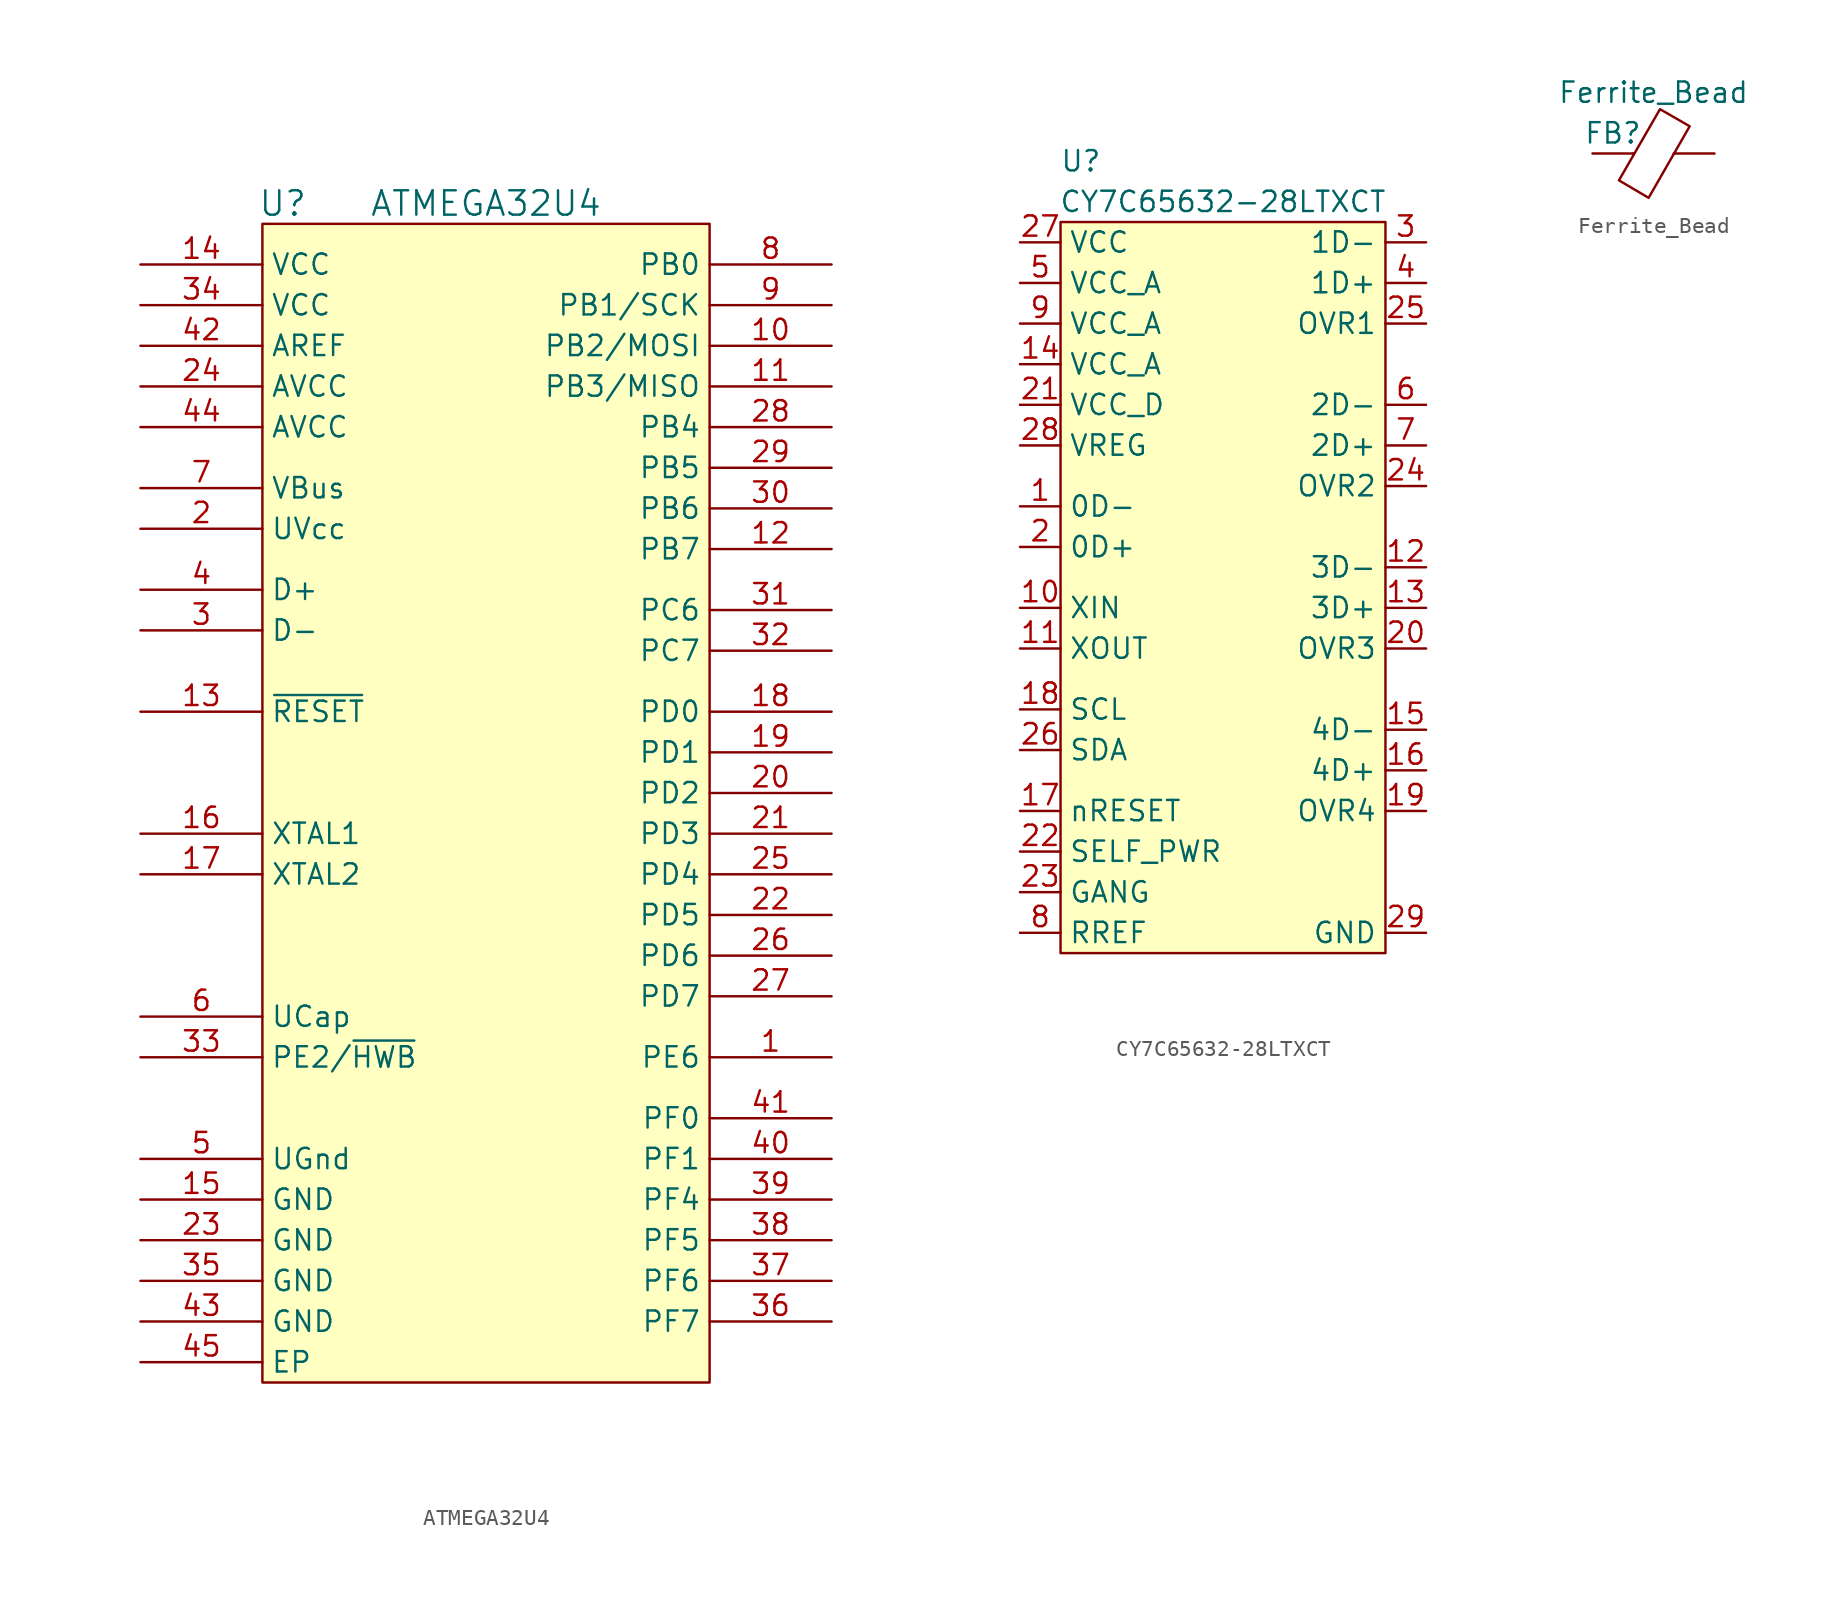
<source format=kicad_sym>
(kicad_symbol_lib
  (version 20201005)
  (generator kicad_symbol_editor)
  (symbol "0xcb:ATMEGA32U4"
    (property "Reference" "U"
      (at -17.78 30.48 0)
      (effects (font (size 1.524 1.524))))
    (property "Value" "ATMEGA32U4"
      (at -5.08 30.48 0)
      (effects (font (size 1.524 1.524))))
    (property "Footprint" ""
      (at 0 0 0)
      (effects (font (size 1.524 1.524))))
    (property "Datasheet" ""
      (at 0 0 0)
      (effects (font (size 1.524 1.524))))
    (symbol "ATMEGA32U4_0_1"
      (rectangle (start 8.89 29.21) (end -19.05 -43.18) (stroke (width 0)) (fill (type background))))
    (symbol "ATMEGA32U4_1_1"
      (pin bidirectional line (at 16.51 -22.86 180) (length 7.62) (name "PE6" (effects (font (size 1.27 1.27)))) (number "1" (effects (font (size 1.27 1.27)))))
      (pin bidirectional line (at 16.51 21.59 180) (length 7.62) (name "PB2/MOSI" (effects (font (size 1.27 1.27)))) (number "10" (effects (font (size 1.27 1.27)))))
      (pin bidirectional line (at 16.51 19.05 180) (length 7.62) (name "PB3/MISO" (effects (font (size 1.27 1.27)))) (number "11" (effects (font (size 1.27 1.27)))))
      (pin bidirectional line (at 16.51 8.89 180) (length 7.62) (name "PB7" (effects (font (size 1.27 1.27)))) (number "12" (effects (font (size 1.27 1.27)))))
      (pin input line (at -26.67 -1.27 0) (length 7.62) (name "~RESET" (effects (font (size 1.27 1.27)))) (number "13" (effects (font (size 1.27 1.27)))))
      (pin power_in line (at -26.67 26.67 0) (length 7.62) (name "VCC" (effects (font (size 1.27 1.27)))) (number "14" (effects (font (size 1.27 1.27)))))
      (pin power_in line (at -26.67 -31.75 0) (length 7.62) (name "GND" (effects (font (size 1.27 1.27)))) (number "15" (effects (font (size 1.27 1.27)))))
      (pin input line (at -26.67 -8.89 0) (length 7.62) (name "XTAL1" (effects (font (size 1.27 1.27)))) (number "16" (effects (font (size 1.27 1.27)))))
      (pin output line (at -26.67 -11.43 0) (length 7.62) (name "XTAL2" (effects (font (size 1.27 1.27)))) (number "17" (effects (font (size 1.27 1.27)))))
      (pin bidirectional line (at 16.51 -1.27 180) (length 7.62) (name "PD0" (effects (font (size 1.27 1.27)))) (number "18" (effects (font (size 1.27 1.27)))))
      (pin bidirectional line (at 16.51 -3.81 180) (length 7.62) (name "PD1" (effects (font (size 1.27 1.27)))) (number "19" (effects (font (size 1.27 1.27)))))
      (pin power_in line (at -26.67 10.16 0) (length 7.62) (name "UVcc" (effects (font (size 1.27 1.27)))) (number "2" (effects (font (size 1.27 1.27)))))
      (pin bidirectional line (at 16.51 -6.35 180) (length 7.62) (name "PD2" (effects (font (size 1.27 1.27)))) (number "20" (effects (font (size 1.27 1.27)))))
      (pin bidirectional line (at 16.51 -8.89 180) (length 7.62) (name "PD3" (effects (font (size 1.27 1.27)))) (number "21" (effects (font (size 1.27 1.27)))))
      (pin bidirectional line (at 16.51 -13.97 180) (length 7.62) (name "PD5" (effects (font (size 1.27 1.27)))) (number "22" (effects (font (size 1.27 1.27)))))
      (pin power_in line (at -26.67 -34.29 0) (length 7.62) (name "GND" (effects (font (size 1.27 1.27)))) (number "23" (effects (font (size 1.27 1.27)))))
      (pin power_in line (at -26.67 19.05 0) (length 7.62) (name "AVCC" (effects (font (size 1.27 1.27)))) (number "24" (effects (font (size 1.27 1.27)))))
      (pin bidirectional line (at 16.51 -11.43 180) (length 7.62) (name "PD4" (effects (font (size 1.27 1.27)))) (number "25" (effects (font (size 1.27 1.27)))))
      (pin bidirectional line (at 16.51 -16.51 180) (length 7.62) (name "PD6" (effects (font (size 1.27 1.27)))) (number "26" (effects (font (size 1.27 1.27)))))
      (pin bidirectional line (at 16.51 -19.05 180) (length 7.62) (name "PD7" (effects (font (size 1.27 1.27)))) (number "27" (effects (font (size 1.27 1.27)))))
      (pin bidirectional line (at 16.51 16.51 180) (length 7.62) (name "PB4" (effects (font (size 1.27 1.27)))) (number "28" (effects (font (size 1.27 1.27)))))
      (pin bidirectional line (at 16.51 13.97 180) (length 7.62) (name "PB5" (effects (font (size 1.27 1.27)))) (number "29" (effects (font (size 1.27 1.27)))))
      (pin bidirectional line (at -26.67 3.81 0) (length 7.62) (name "D-" (effects (font (size 1.27 1.27)))) (number "3" (effects (font (size 1.27 1.27)))))
      (pin bidirectional line (at 16.51 11.43 180) (length 7.62) (name "PB6" (effects (font (size 1.27 1.27)))) (number "30" (effects (font (size 1.27 1.27)))))
      (pin bidirectional line (at 16.51 5.08 180) (length 7.62) (name "PC6" (effects (font (size 1.27 1.27)))) (number "31" (effects (font (size 1.27 1.27)))))
      (pin bidirectional line (at 16.51 2.54 180) (length 7.62) (name "PC7" (effects (font (size 1.27 1.27)))) (number "32" (effects (font (size 1.27 1.27)))))
      (pin bidirectional line (at -26.67 -22.86 0) (length 7.62) (name "PE2/~HWB" (effects (font (size 1.27 1.27)))) (number "33" (effects (font (size 1.27 1.27)))))
      (pin power_in line (at -26.67 24.13 0) (length 7.62) (name "VCC" (effects (font (size 1.27 1.27)))) (number "34" (effects (font (size 1.27 1.27)))))
      (pin power_in line (at -26.67 -36.83 0) (length 7.62) (name "GND" (effects (font (size 1.27 1.27)))) (number "35" (effects (font (size 1.27 1.27)))))
      (pin bidirectional line (at 16.51 -39.37 180) (length 7.62) (name "PF7" (effects (font (size 1.27 1.27)))) (number "36" (effects (font (size 1.27 1.27)))))
      (pin bidirectional line (at 16.51 -36.83 180) (length 7.62) (name "PF6" (effects (font (size 1.27 1.27)))) (number "37" (effects (font (size 1.27 1.27)))))
      (pin bidirectional line (at 16.51 -34.29 180) (length 7.62) (name "PF5" (effects (font (size 1.27 1.27)))) (number "38" (effects (font (size 1.27 1.27)))))
      (pin bidirectional line (at 16.51 -31.75 180) (length 7.62) (name "PF4" (effects (font (size 1.27 1.27)))) (number "39" (effects (font (size 1.27 1.27)))))
      (pin bidirectional line (at -26.67 6.35 0) (length 7.62) (name "D+" (effects (font (size 1.27 1.27)))) (number "4" (effects (font (size 1.27 1.27)))))
      (pin bidirectional line (at 16.51 -29.21 180) (length 7.62) (name "PF1" (effects (font (size 1.27 1.27)))) (number "40" (effects (font (size 1.27 1.27)))))
      (pin bidirectional line (at 16.51 -26.67 180) (length 7.62) (name "PF0" (effects (font (size 1.27 1.27)))) (number "41" (effects (font (size 1.27 1.27)))))
      (pin input line (at -26.67 21.59 0) (length 7.62) (name "AREF" (effects (font (size 1.27 1.27)))) (number "42" (effects (font (size 1.27 1.27)))))
      (pin power_in line (at -26.67 -39.37 0) (length 7.62) (name "GND" (effects (font (size 1.27 1.27)))) (number "43" (effects (font (size 1.27 1.27)))))
      (pin power_in line (at -26.67 16.51 0) (length 7.62) (name "AVCC" (effects (font (size 1.27 1.27)))) (number "44" (effects (font (size 1.27 1.27)))))
      (pin power_in line (at -26.67 -41.91 0) (length 7.62) (name "EP" (effects (font (size 1.27 1.27)))) (number "45" (effects (font (size 1.27 1.27)))))
      (pin power_in line (at -26.67 -29.21 0) (length 7.62) (name "UGnd" (effects (font (size 1.27 1.27)))) (number "5" (effects (font (size 1.27 1.27)))))
      (pin input line (at -26.67 -20.32 0) (length 7.62) (name "UCap" (effects (font (size 1.27 1.27)))) (number "6" (effects (font (size 1.27 1.27)))))
      (pin input line (at -26.67 12.7 0) (length 7.62) (name "VBus" (effects (font (size 1.27 1.27)))) (number "7" (effects (font (size 1.27 1.27)))))
      (pin bidirectional line (at 16.51 26.67 180) (length 7.62) (name "PB0" (effects (font (size 1.27 1.27)))) (number "8" (effects (font (size 1.27 1.27)))))
      (pin bidirectional line (at 16.51 24.13 180) (length 7.62) (name "PB1/SCK" (effects (font (size 1.27 1.27)))) (number "9" (effects (font (size 1.27 1.27)))))))
  (symbol "0xcb:CY7C65632-28LTXCT"
    (property "Reference" "U"
      (at 1.27 1.27 0)
      (effects (font (size 1.27 1.27))))
    (property "Value" "CY7C65632-28LTXCT"
      (at 10.16 -1.27 0)
      (effects (font (size 1.27 1.27))))
    (symbol "CY7C65632-28LTXCT_0_1"
      (rectangle (start 0 -2.54) (end 20.32 -48.26) (stroke (width 0)) (fill (type background))))
    (symbol "CY7C65632-28LTXCT_1_1"
      (pin bidirectional line (at -2.54 -20.32 0) (length 2.54) (name "0D-" (effects (font (size 1.27 1.27)))) (number "1" (effects (font (size 1.27 1.27)))))
      (pin bidirectional line (at -2.54 -26.67 0) (length 2.54) (name "XIN" (effects (font (size 1.27 1.27)))) (number "10" (effects (font (size 1.27 1.27)))))
      (pin bidirectional line (at -2.54 -29.21 0) (length 2.54) (name "XOUT" (effects (font (size 1.27 1.27)))) (number "11" (effects (font (size 1.27 1.27)))))
      (pin bidirectional line (at 22.86 -24.13 180) (length 2.54) (name "3D-" (effects (font (size 1.27 1.27)))) (number "12" (effects (font (size 1.27 1.27)))))
      (pin bidirectional line (at 22.86 -26.67 180) (length 2.54) (name "3D+" (effects (font (size 1.27 1.27)))) (number "13" (effects (font (size 1.27 1.27)))))
      (pin power_in line (at -2.54 -11.43 0) (length 2.54) (name "VCC_A" (effects (font (size 1.27 1.27)))) (number "14" (effects (font (size 1.27 1.27)))))
      (pin bidirectional line (at 22.86 -34.29 180) (length 2.54) (name "4D-" (effects (font (size 1.27 1.27)))) (number "15" (effects (font (size 1.27 1.27)))))
      (pin bidirectional line (at 22.86 -36.83 180) (length 2.54) (name "4D+" (effects (font (size 1.27 1.27)))) (number "16" (effects (font (size 1.27 1.27)))))
      (pin bidirectional line (at -2.54 -39.37 0) (length 2.54) (name "nRESET" (effects (font (size 1.27 1.27)))) (number "17" (effects (font (size 1.27 1.27)))))
      (pin bidirectional line (at -2.54 -33.02 0) (length 2.54) (name "SCL" (effects (font (size 1.27 1.27)))) (number "18" (effects (font (size 1.27 1.27)))))
      (pin bidirectional line (at 22.86 -39.37 180) (length 2.54) (name "OVR4" (effects (font (size 1.27 1.27)))) (number "19" (effects (font (size 1.27 1.27)))))
      (pin bidirectional line (at -2.54 -22.86 0) (length 2.54) (name "0D+" (effects (font (size 1.27 1.27)))) (number "2" (effects (font (size 1.27 1.27)))))
      (pin bidirectional line (at 22.86 -29.21 180) (length 2.54) (name "OVR3" (effects (font (size 1.27 1.27)))) (number "20" (effects (font (size 1.27 1.27)))))
      (pin power_in line (at -2.54 -13.97 0) (length 2.54) (name "VCC_D" (effects (font (size 1.27 1.27)))) (number "21" (effects (font (size 1.27 1.27)))))
      (pin bidirectional line (at -2.54 -41.91 0) (length 2.54) (name "SELF_PWR" (effects (font (size 1.27 1.27)))) (number "22" (effects (font (size 1.27 1.27)))))
      (pin bidirectional line (at -2.54 -44.45 0) (length 2.54) (name "GANG" (effects (font (size 1.27 1.27)))) (number "23" (effects (font (size 1.27 1.27)))))
      (pin bidirectional line (at 22.86 -19.05 180) (length 2.54) (name "OVR2" (effects (font (size 1.27 1.27)))) (number "24" (effects (font (size 1.27 1.27)))))
      (pin bidirectional line (at 22.86 -8.89 180) (length 2.54) (name "OVR1" (effects (font (size 1.27 1.27)))) (number "25" (effects (font (size 1.27 1.27)))))
      (pin bidirectional line (at -2.54 -35.56 0) (length 2.54) (name "SDA" (effects (font (size 1.27 1.27)))) (number "26" (effects (font (size 1.27 1.27)))))
      (pin power_in line (at -2.54 -3.81 0) (length 2.54) (name "VCC" (effects (font (size 1.27 1.27)))) (number "27" (effects (font (size 1.27 1.27)))))
      (pin power_out line (at -2.54 -16.51 0) (length 2.54) (name "VREG" (effects (font (size 1.27 1.27)))) (number "28" (effects (font (size 1.27 1.27)))))
      (pin power_out line (at 22.86 -46.99 180) (length 2.54) (name "GND" (effects (font (size 1.27 1.27)))) (number "29" (effects (font (size 1.27 1.27)))))
      (pin bidirectional line (at 22.86 -3.81 180) (length 2.54) (name "1D-" (effects (font (size 1.27 1.27)))) (number "3" (effects (font (size 1.27 1.27)))))
      (pin bidirectional line (at 22.86 -6.35 180) (length 2.54) (name "1D+" (effects (font (size 1.27 1.27)))) (number "4" (effects (font (size 1.27 1.27)))))
      (pin power_in line (at -2.54 -6.35 0) (length 2.54) (name "VCC_A" (effects (font (size 1.27 1.27)))) (number "5" (effects (font (size 1.27 1.27)))))
      (pin bidirectional line (at 22.86 -13.97 180) (length 2.54) (name "2D-" (effects (font (size 1.27 1.27)))) (number "6" (effects (font (size 1.27 1.27)))))
      (pin bidirectional line (at 22.86 -16.51 180) (length 2.54) (name "2D+" (effects (font (size 1.27 1.27)))) (number "7" (effects (font (size 1.27 1.27)))))
      (pin bidirectional line (at -2.54 -46.99 0) (length 2.54) (name "RREF" (effects (font (size 1.27 1.27)))) (number "8" (effects (font (size 1.27 1.27)))))
      (pin power_in line (at -2.54 -8.89 0) (length 2.54) (name "VCC_A" (effects (font (size 1.27 1.27)))) (number "9" (effects (font (size 1.27 1.27)))))))
  (symbol "0xcb:Ferrite_Bead"
    (pin_numbers hide)
    (pin_names
      (offset 0))
    (property "Reference" "FB"
      (at -2.54 1.27 0)
      (effects (font (size 1.27 1.27))))
    (property "Value" "Ferrite_Bead"
      (at 0 3.81 0)
      (effects (font (size 1.27 1.27))))
    (symbol "Ferrite_Bead_0_1"
      (polyline (pts (xy -1.27 0) (xy -1.219 0)) (stroke (width 0)) (fill (type none)))
      (polyline (pts (xy 1.27 0) (xy 1.295 0)) (stroke (width 0)) (fill (type none)))
      (polyline (pts (xy 0.406 2.769) (xy 2.261 1.702) (xy -0.305 -2.769) (xy -2.159 -1.676) (xy 0.406 2.769)) (stroke (width 0)) (fill (type none))))
    (symbol "Ferrite_Bead_1_1"
      (pin power_out line (at 3.81 0 180) (length 2.54) (name "~" (effects (font (size 1.27 1.27)))) (number "1" (effects (font (size 1.27 1.27)))))
      (pin passive line (at -3.81 0 0) (length 2.54) (name "~" (effects (font (size 1.27 1.27)))) (number "2" (effects (font (size 1.27 1.27))))))))
</source>
